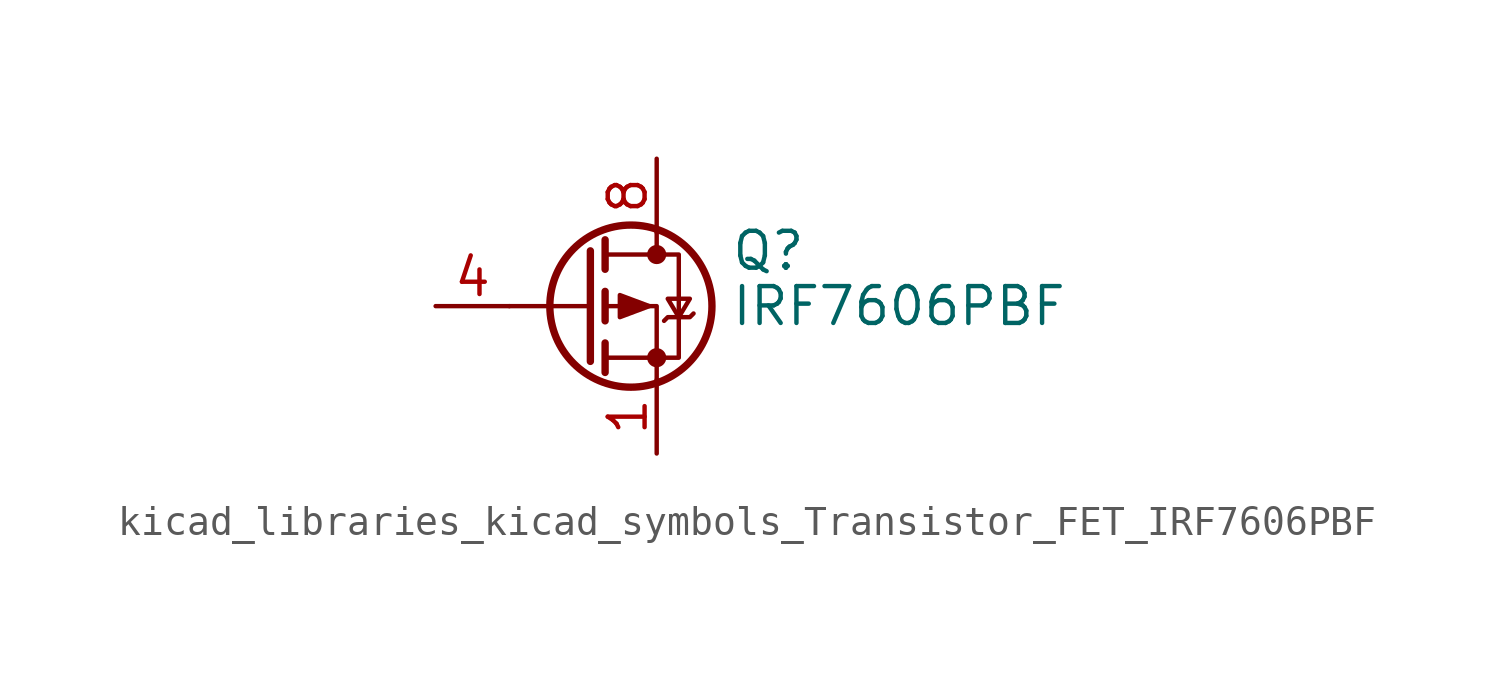
<source format=kicad_sym>
(kicad_symbol_lib
  (version 20220914)
  (generator kicad_symbol_editor)
  (symbol "kicad_libraries_kicad_symbols_Transistor_FET_IRF7606PBF"
    (pin_names hide)
    (property "Reference" "Q"
      (at 5.08 1.905 0)
      (effects (font (size 1.27 1.27)) (justify left)))
    (property "Value" "IRF7606PBF"
      (at 5.08 0 0)
      (effects (font (size 1.27 1.27)) (justify left)))
    (symbol "kicad_libraries_kicad_symbols_Transistor_FET_IRF7606PBF_0_1"
      (polyline (pts (xy 0.254 0) (xy -2.54 0)) (stroke (width 0) (type default)) (fill (type none)))
      (polyline (pts (xy 0.254 1.905) (xy 0.254 -1.905)) (stroke (width 0.254) (type default)) (fill (type none)))
      (polyline (pts (xy 0.762 -1.27) (xy 0.762 -2.286)) (stroke (width 0.254) (type default)) (fill (type none)))
      (polyline (pts (xy 0.762 0.508) (xy 0.762 -0.508)) (stroke (width 0.254) (type default)) (fill (type none)))
      (polyline (pts (xy 0.762 2.286) (xy 0.762 1.27)) (stroke (width 0.254) (type default)) (fill (type none)))
      (polyline (pts (xy 2.54 2.54) (xy 2.54 1.778)) (stroke (width 0) (type default)) (fill (type none)))
      (polyline (pts (xy 2.54 -2.54) (xy 2.54 0) (xy 0.762 0)) (stroke (width 0) (type default)) (fill (type none)))
      (polyline (pts (xy 0.762 1.778) (xy 3.302 1.778) (xy 3.302 -1.778) (xy 0.762 -1.778)) (stroke (width 0) (type default)) (fill (type none)))
      (polyline (pts (xy 2.286 0) (xy 1.27 0.381) (xy 1.27 -0.381) (xy 2.286 0)) (stroke (width 0) (type default)) (fill (type outline)))
      (polyline (pts (xy 2.794 -0.508) (xy 2.921 -0.381) (xy 3.683 -0.381) (xy 3.81 -0.254)) (stroke (width 0) (type default)) (fill (type none)))
      (polyline (pts (xy 3.302 -0.381) (xy 2.921 0.254) (xy 3.683 0.254) (xy 3.302 -0.381)) (stroke (width 0) (type default)) (fill (type none)))
      (circle (center 1.651 0) (radius 2.794) (stroke (width 0.254) (type default)) (fill (type none)))
      (circle (center 2.54 -1.778) (radius 0.254) (stroke (width 0) (type default)) (fill (type outline)))
      (circle (center 2.54 1.778) (radius 0.254) (stroke (width 0) (type default)) (fill (type outline))))
    (symbol "kicad_libraries_kicad_symbols_Transistor_FET_IRF7606PBF_1_1"
      (pin passive line (at 2.54 -5.08 90) (length 2.54) (name "S" (effects (font (size 1.27 1.27)))) (number "1" (effects (font (size 1.27 1.27)))))
      (pin passive line (at 2.54 -5.08 90) (length 2.54) hide (name "S" (effects (font (size 1.27 1.27)))) (number "2" (effects (font (size 1.27 1.27)))))
      (pin passive line (at 2.54 -5.08 90) (length 2.54) hide (name "S" (effects (font (size 1.27 1.27)))) (number "3" (effects (font (size 1.27 1.27)))))
      (pin passive line (at -5.08 0 0) (length 2.54) (name "G" (effects (font (size 1.27 1.27)))) (number "4" (effects (font (size 1.27 1.27)))))
      (pin passive line (at 2.54 5.08 270) (length 2.54) hide (name "D" (effects (font (size 1.27 1.27)))) (number "5" (effects (font (size 1.27 1.27)))))
      (pin passive line (at 2.54 5.08 270) (length 2.54) hide (name "D" (effects (font (size 1.27 1.27)))) (number "6" (effects (font (size 1.27 1.27)))))
      (pin passive line (at 2.54 5.08 270) (length 2.54) hide (name "D" (effects (font (size 1.27 1.27)))) (number "7" (effects (font (size 1.27 1.27)))))
      (pin passive line (at 2.54 5.08 270) (length 2.54) (name "D" (effects (font (size 1.27 1.27)))) (number "8" (effects (font (size 1.27 1.27))))))))
</source>
